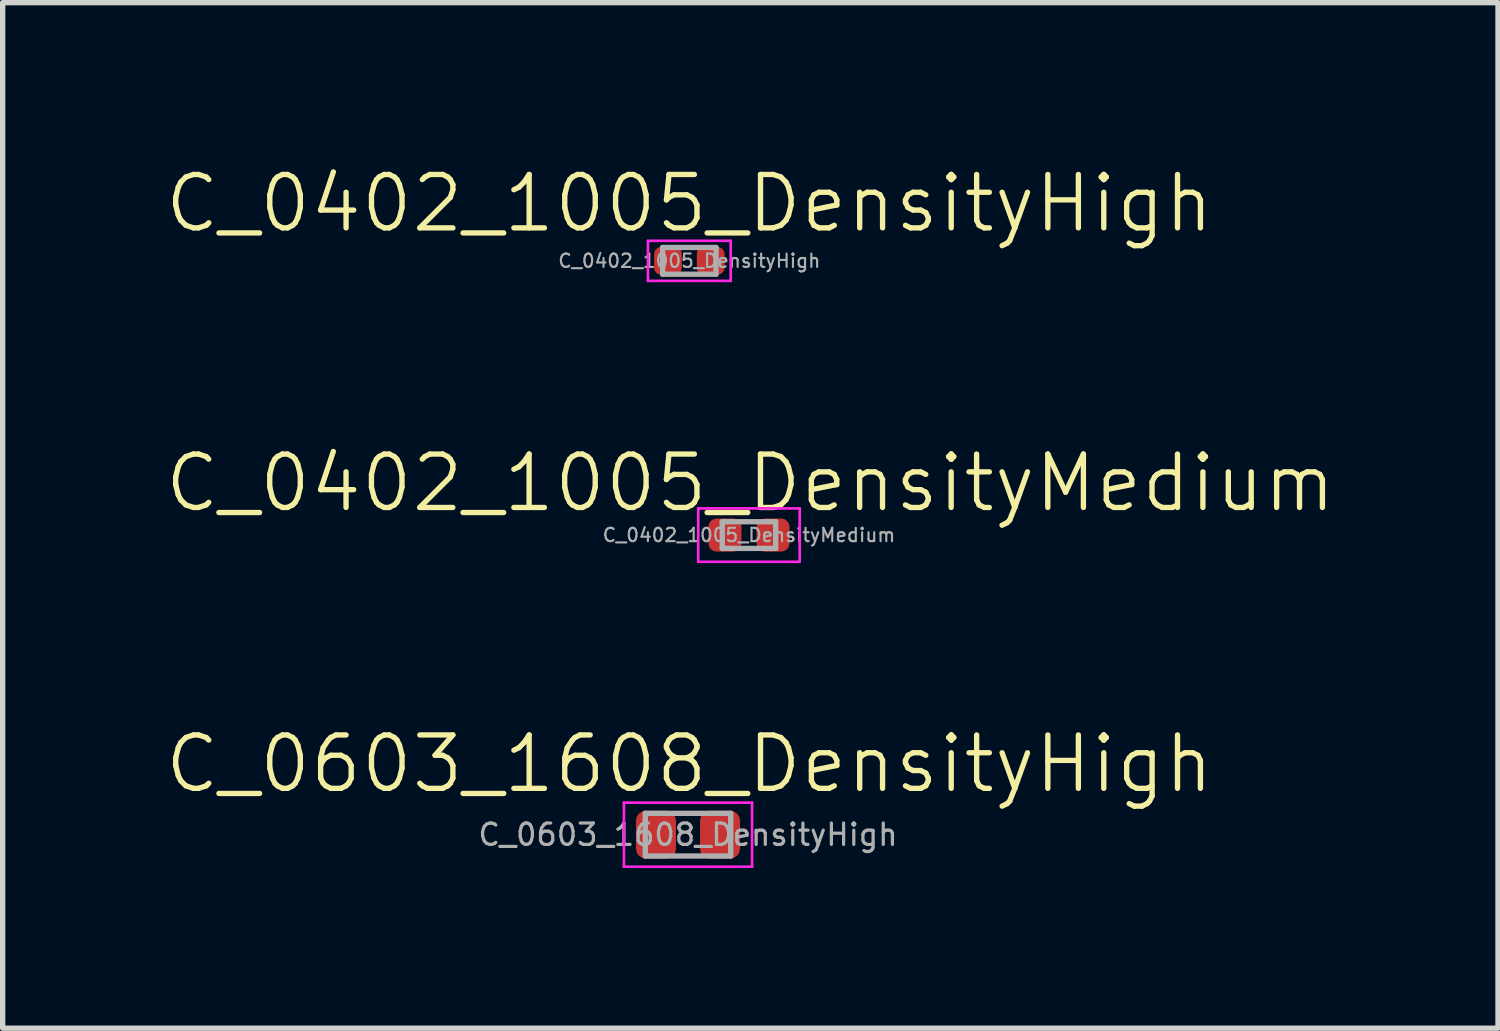
<source format=kicad_pcb>
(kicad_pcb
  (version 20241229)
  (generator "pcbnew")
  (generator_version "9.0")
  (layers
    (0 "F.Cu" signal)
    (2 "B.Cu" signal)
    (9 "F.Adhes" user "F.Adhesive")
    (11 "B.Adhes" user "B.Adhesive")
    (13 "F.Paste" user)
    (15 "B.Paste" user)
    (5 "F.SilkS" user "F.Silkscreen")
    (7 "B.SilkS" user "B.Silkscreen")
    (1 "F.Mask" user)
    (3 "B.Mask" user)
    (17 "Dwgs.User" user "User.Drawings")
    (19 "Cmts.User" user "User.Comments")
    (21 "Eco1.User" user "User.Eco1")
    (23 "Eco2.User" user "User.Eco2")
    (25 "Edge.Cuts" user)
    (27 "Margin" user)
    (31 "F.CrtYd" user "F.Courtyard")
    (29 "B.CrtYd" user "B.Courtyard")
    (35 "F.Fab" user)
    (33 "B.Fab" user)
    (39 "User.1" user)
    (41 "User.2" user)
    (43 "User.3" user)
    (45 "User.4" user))
  (footprint "C_0402_1005_DensityHigh"
    (layer "F.Cu")
    (at 9.86 1.835)
    (property "Reference" "C_0402_1005_DensityHigh" (at 0 -1.075 0) (unlocked yes) (layer "F.SilkS") (effects (font (size 1 1) (thickness 0.1))))
    (attr smd)
    (fp_line (start -0.775 -0.375) (end 0.775 -0.375) (stroke (width 0.05) (type solid)) (layer "F.CrtYd"))
    (fp_line (start -0.775 0.375) (end -0.775 -0.375) (stroke (width 0.05) (type solid)) (layer "F.CrtYd"))
    (fp_line (start 0.775 -0.375) (end 0.775 0.375) (stroke (width 0.05) (type solid)) (layer "F.CrtYd"))
    (fp_line (start 0.775 0.375) (end -0.775 0.375) (stroke (width 0.05) (type solid)) (layer "F.CrtYd"))
    (fp_line (start -0.5 -0.25) (end 0.5 -0.25) (stroke (width 0.1) (type solid)) (layer "F.Fab"))
    (fp_line (start -0.5 0.25) (end -0.5 -0.25) (stroke (width 0.1) (type solid)) (layer "F.Fab"))
    (fp_line (start 0.5 -0.25) (end 0.5 0.25) (stroke (width 0.1) (type solid)) (layer "F.Fab"))
    (fp_line (start 0.5 0.25) (end -0.5 0.25) (stroke (width 0.1) (type solid)) (layer "F.Fab"))
    (fp_text user "${REFERENCE}" (at 0 0 0) (layer "F.Fab") (effects (font (size 0.25 0.25) (thickness 0.04))))
    (pad "1" smd roundrect (at -0.4 0) (size 0.52 0.52) (layers "F.Cu" "F.Mask" "F.Paste") (roundrect_rratio 0.25))
    (pad "2" smd roundrect (at 0.4 0) (size 0.52 0.52) (layers "F.Cu" "F.Mask" "F.Paste") (roundrect_rratio 0.25)))
  (footprint "C_0402_1005_DensityMedium"
    (layer "F.Cu")
    (at 10.977 6.971)
    (property "Reference" "C_0402_1005_DensityMedium" (at 0.025 -0.975 0) (unlocked yes) (layer "F.SilkS") (effects (font (size 1 1) (thickness 0.1))))
    (attr smd)
    (fp_line (start -0.95 -0.5) (end 0.95 -0.5) (stroke (width 0.05) (type solid)) (layer "F.CrtYd"))
    (fp_line (start -0.95 0.5) (end -0.95 -0.5) (stroke (width 0.05) (type solid)) (layer "F.CrtYd"))
    (fp_line (start 0.95 -0.5) (end 0.95 0.5) (stroke (width 0.05) (type solid)) (layer "F.CrtYd"))
    (fp_line (start 0.95 0.5) (end -0.95 0.5) (stroke (width 0.05) (type solid)) (layer "F.CrtYd"))
    (fp_line (start -0.5 -0.25) (end 0.5 -0.25) (stroke (width 0.1) (type solid)) (layer "F.Fab"))
    (fp_line (start -0.5 0.25) (end -0.5 -0.25) (stroke (width 0.1) (type solid)) (layer "F.Fab"))
    (fp_line (start 0.5 -0.25) (end 0.5 0.25) (stroke (width 0.1) (type solid)) (layer "F.Fab"))
    (fp_line (start 0.5 0.25) (end -0.5 0.25) (stroke (width 0.1) (type solid)) (layer "F.Fab"))
    (fp_text user "${REFERENCE}" (at 0 0 0) (layer "F.Fab") (effects (font (size 0.25 0.25) (thickness 0.04))))
    (pad "1" smd roundrect (at -0.45 0) (size 0.62 0.62) (layers "F.Cu" "F.Mask" "F.Paste") (roundrect_rratio 0.25))
    (pad "2" smd roundrect (at 0.45 0) (size 0.62 0.62) (layers "F.Cu" "F.Mask" "F.Paste") (roundrect_rratio 0.25)))
  (footprint "C_0603_1608_DensityHigh"
    (layer "F.Cu")
    (at 9.835 12.582)
    (property "Reference" "C_0603_1608_DensityHigh" (at 0.025 -1.325 0) (unlocked yes) (layer "F.SilkS") (effects (font (size 1 1) (thickness 0.1))))
    (attr smd)
    (fp_line (start -1.2 -0.6) (end 1.2 -0.6) (stroke (width 0.05) (type solid)) (layer "F.CrtYd"))
    (fp_line (start -1.2 0.6) (end -1.2 -0.6) (stroke (width 0.05) (type solid)) (layer "F.CrtYd"))
    (fp_line (start 1.2 -0.6) (end 1.2 0.6) (stroke (width 0.05) (type solid)) (layer "F.CrtYd"))
    (fp_line (start 1.2 0.6) (end -1.2 0.6) (stroke (width 0.05) (type solid)) (layer "F.CrtYd"))
    (fp_line (start -0.8 -0.4) (end 0.8 -0.4) (stroke (width 0.1) (type solid)) (layer "F.Fab"))
    (fp_line (start -0.8 0.4) (end -0.8 -0.4) (stroke (width 0.1) (type solid)) (layer "F.Fab"))
    (fp_line (start 0.8 -0.4) (end 0.8 0.4) (stroke (width 0.1) (type solid)) (layer "F.Fab"))
    (fp_line (start 0.8 0.4) (end -0.8 0.4) (stroke (width 0.1) (type solid)) (layer "F.Fab"))
    (fp_text user "${REFERENCE}" (at 0 0 0) (layer "F.Fab") (effects (font (size 0.4 0.4) (thickness 0.06))))
    (pad "1" smd roundrect (at -0.6 0) (size 0.75 0.9) (layers "F.Cu" "F.Mask" "F.Paste") (roundrect_rratio 0.25))
    (pad "2" smd roundrect (at 0.6 0) (size 0.75 0.9) (layers "F.Cu" "F.Mask" "F.Paste") (roundrect_rratio 0.25)))
  (gr_rect
    (start -3 -3)
    (end 25.005 16.206)
    (stroke (width 0.1) (type default))
    (fill no)
    (layer "Edge.Cuts")))
</source>
